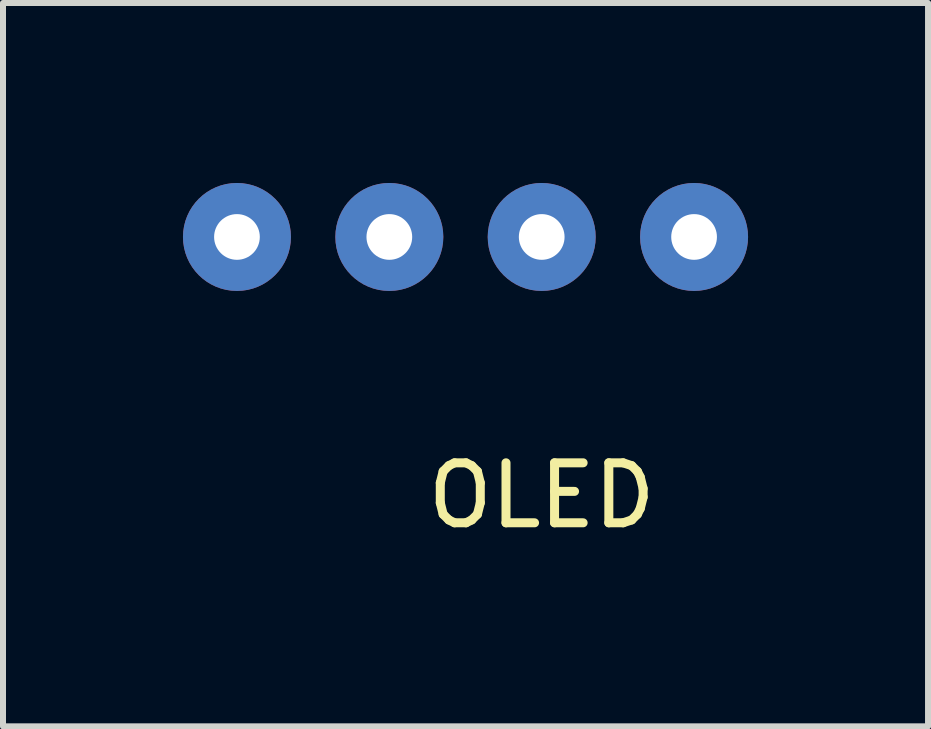
<source format=kicad_pcb>
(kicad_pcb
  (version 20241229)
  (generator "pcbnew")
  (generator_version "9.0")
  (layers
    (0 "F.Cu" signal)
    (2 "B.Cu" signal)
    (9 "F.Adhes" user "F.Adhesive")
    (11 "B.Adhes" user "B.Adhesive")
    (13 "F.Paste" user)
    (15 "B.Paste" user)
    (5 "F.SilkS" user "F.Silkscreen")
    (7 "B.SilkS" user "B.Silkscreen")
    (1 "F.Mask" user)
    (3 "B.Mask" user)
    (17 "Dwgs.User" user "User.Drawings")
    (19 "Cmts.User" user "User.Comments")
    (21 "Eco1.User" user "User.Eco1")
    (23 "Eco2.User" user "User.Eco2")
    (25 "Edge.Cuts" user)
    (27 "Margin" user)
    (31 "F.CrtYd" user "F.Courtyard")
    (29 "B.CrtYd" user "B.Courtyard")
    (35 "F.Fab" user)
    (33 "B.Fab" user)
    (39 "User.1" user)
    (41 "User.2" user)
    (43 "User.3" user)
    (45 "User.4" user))
  (footprint "OLED"
    (layer "F.Cu")
    (at 5.98 4.71)
    (property "Reference" "OLED" (at 0 0.5 0) (layer "F.SilkS") (effects (font (size 1 1) (thickness 0.15))))
    (attr through_hole)
    (pad "1" thru_hole circle (at -5.08 -3.81) (size 1.8 1.8) (drill 0.762) (layers "*.Cu" "*.Mask"))
    (pad "2" thru_hole circle (at -2.54 -3.81) (size 1.8 1.8) (drill 0.762) (layers "*.Cu" "*.Mask"))
    (pad "3" thru_hole circle (at 0 -3.81) (size 1.8 1.8) (drill 0.762) (layers "*.Cu" "*.Mask"))
    (pad "4" thru_hole circle (at 2.54 -3.81) (size 1.8 1.8) (drill 0.762) (layers "*.Cu" "*.Mask")))
  (gr_rect
    (start -3 -3)
    (end 12.42 9.058)
    (stroke (width 0.1) (type default))
    (fill no)
    (layer "Edge.Cuts")))
</source>
